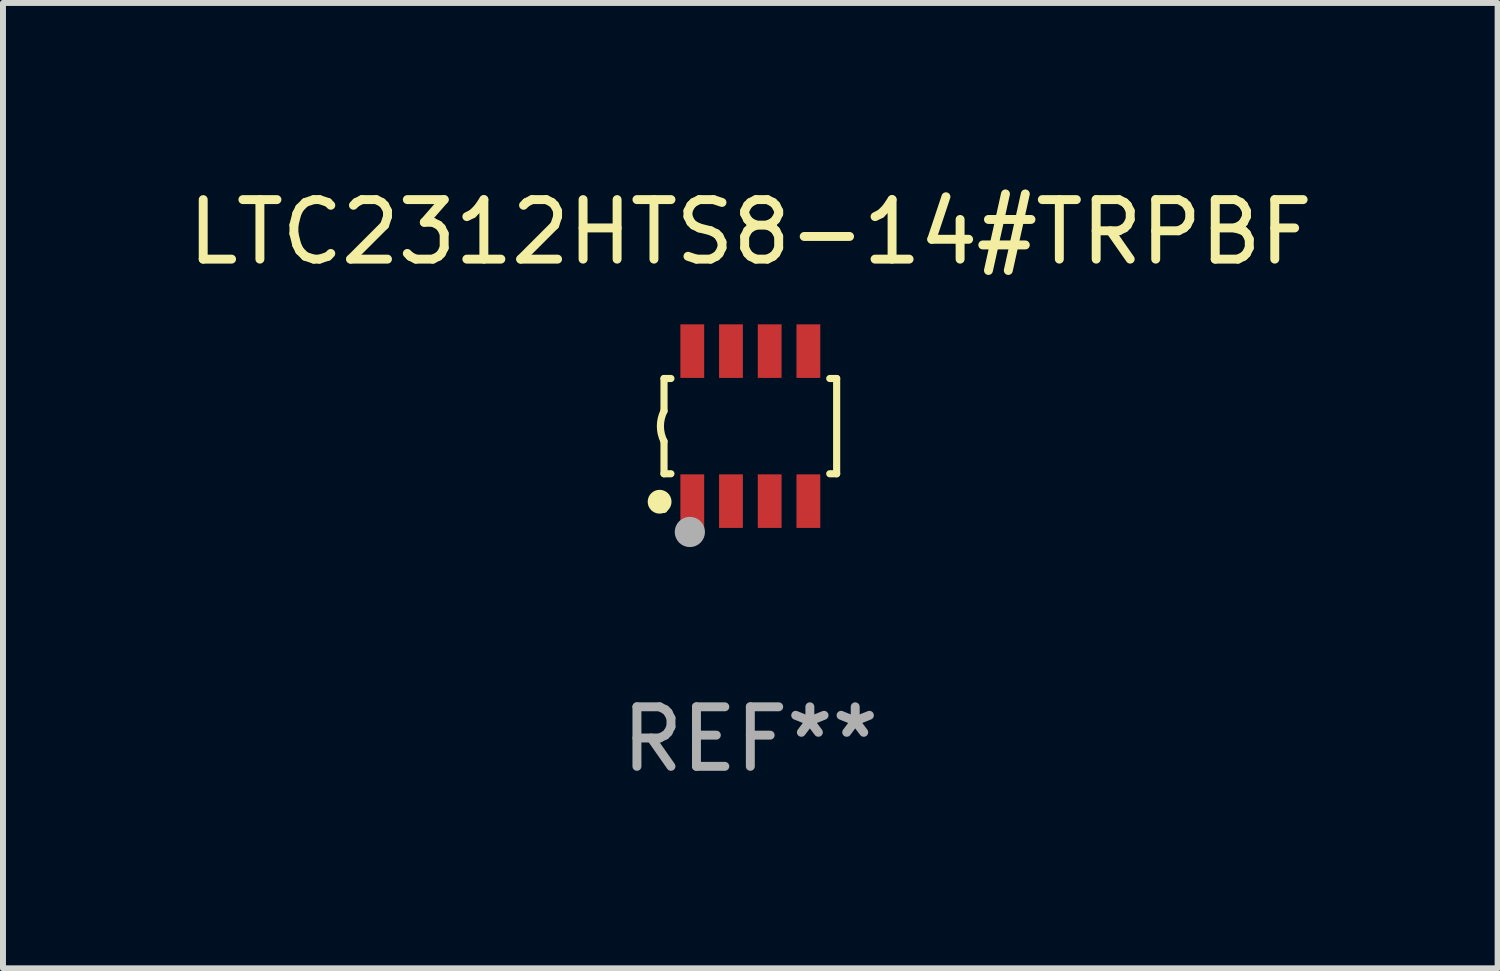
<source format=kicad_pcb>
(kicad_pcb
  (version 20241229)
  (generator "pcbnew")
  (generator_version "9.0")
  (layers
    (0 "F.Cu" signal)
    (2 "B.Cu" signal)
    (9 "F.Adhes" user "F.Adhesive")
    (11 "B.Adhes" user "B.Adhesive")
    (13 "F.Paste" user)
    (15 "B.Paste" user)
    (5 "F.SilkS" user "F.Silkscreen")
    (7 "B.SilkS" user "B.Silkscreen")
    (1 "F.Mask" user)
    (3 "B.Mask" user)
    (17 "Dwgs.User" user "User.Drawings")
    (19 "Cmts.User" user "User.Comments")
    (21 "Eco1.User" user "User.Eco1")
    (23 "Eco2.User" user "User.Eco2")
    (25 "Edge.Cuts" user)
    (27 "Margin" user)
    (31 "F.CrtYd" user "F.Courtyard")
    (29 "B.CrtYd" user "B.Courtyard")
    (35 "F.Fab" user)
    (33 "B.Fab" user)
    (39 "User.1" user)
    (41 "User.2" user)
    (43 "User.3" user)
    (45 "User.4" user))
  (footprint "LTC2312HTS8-14#TRPBF"
    (layer "F.Cu")
    (at 9.554 4.108)
    (property "Reference" "LTC2312HTS8-14#TRPBF" (at 0 -3.26 0) (layer "F.SilkS") (effects (font (size 1 1) (thickness 0.15))))
    (attr through_hole)
    (fp_line (start -1.45 -0.8) (end -1.45 -0.254) (stroke (width 0.12) (type solid)) (layer "F.SilkS"))
    (fp_line (start -1.45 -0.8) (end -1.334 -0.8) (stroke (width 0.12) (type solid)) (layer "F.SilkS"))
    (fp_line (start -1.45 0.8) (end -1.45 0.254) (stroke (width 0.12) (type solid)) (layer "F.SilkS"))
    (fp_line (start -1.45 0.8) (end -1.334 0.8) (stroke (width 0.12) (type solid)) (layer "F.SilkS"))
    (fp_line (start 1.334 -0.8) (end 1.45 -0.8) (stroke (width 0.12) (type solid)) (layer "F.SilkS"))
    (fp_line (start 1.334 0.8) (end 1.45 0.8) (stroke (width 0.12) (type solid)) (layer "F.SilkS"))
    (fp_line (start 1.45 0.8) (end 1.45 -0.8) (stroke (width 0.12) (type solid)) (layer "F.SilkS"))
    (fp_arc (start -1.45075 0.255144) (mid -1.510605 0.000434) (end -1.450013 -0.254102) (stroke (width 0.11999) (type solid)) (layer "F.SilkS"))
    (fp_circle (center -1.524 1.27) (end -1.424 1.27) (stroke (width 0.2) (type solid)) (fill no) (layer "F.SilkS"))
    (fp_circle (center -1.45 1.4) (end -1.42 1.4) (stroke (width 0.06) (type solid)) (fill no) (layer "F.SilkS"))
    (fp_circle (center -1.016 1.778) (end -0.889 1.778) (stroke (width 0.254) (type solid)) (fill no) (layer "F.Fab"))
    (fp_text user "REF**" (at 0 5.26 0) (layer "F.Fab") (effects (font (size 1 1) (thickness 0.15))))
    (pad "1" smd rect (at -0.975 1.26) (size 0.4 0.9) (layers "F.Cu" "F.Mask" "F.Paste"))
    (pad "2" smd rect (at -0.325 1.26) (size 0.4 0.9) (layers "F.Cu" "F.Mask" "F.Paste"))
    (pad "3" smd rect (at 0.325 1.26) (size 0.4 0.9) (layers "F.Cu" "F.Mask" "F.Paste"))
    (pad "4" smd rect (at 0.975 1.26) (size 0.4 0.9) (layers "F.Cu" "F.Mask" "F.Paste"))
    (pad "5" smd rect (at 0.975 -1.26) (size 0.4 0.9) (layers "F.Cu" "F.Mask" "F.Paste"))
    (pad "6" smd rect (at 0.325 -1.26) (size 0.4 0.9) (layers "F.Cu" "F.Mask" "F.Paste"))
    (pad "7" smd rect (at -0.325 -1.26) (size 0.4 0.9) (layers "F.Cu" "F.Mask" "F.Paste"))
    (pad "8" smd rect (at -0.975 -1.26) (size 0.4 0.9) (layers "F.Cu" "F.Mask" "F.Paste")))
  (gr_rect
    (start -3 -3)
    (end 22.107 13.216)
    (stroke (width 0.1) (type default))
    (fill no)
    (layer "Edge.Cuts")))
</source>
